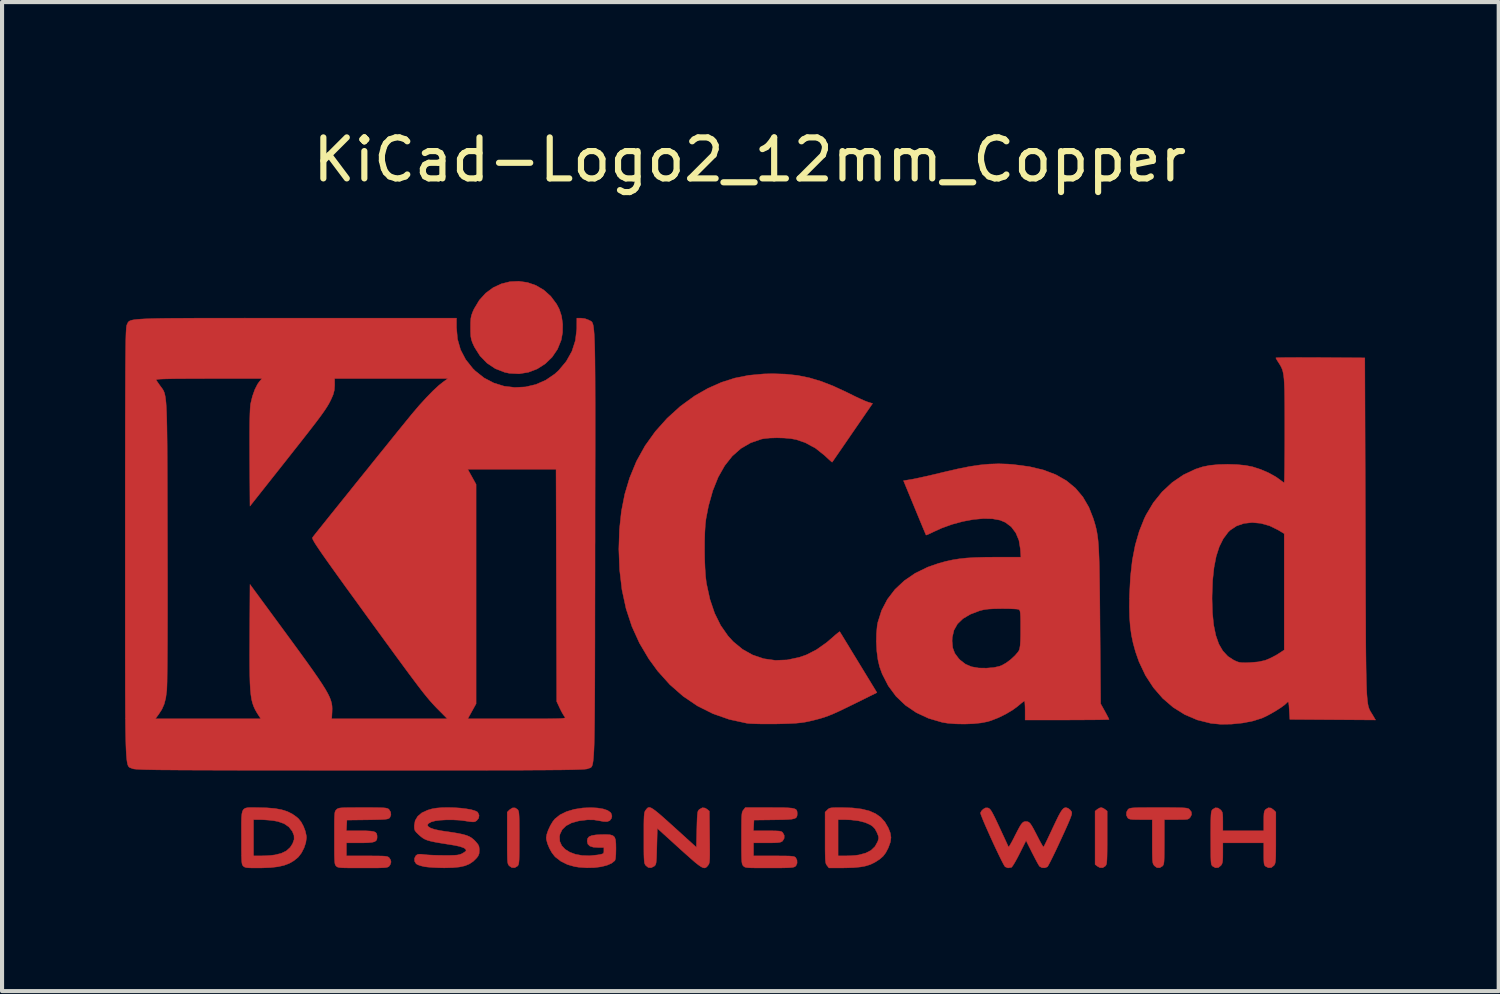
<source format=kicad_pcb>
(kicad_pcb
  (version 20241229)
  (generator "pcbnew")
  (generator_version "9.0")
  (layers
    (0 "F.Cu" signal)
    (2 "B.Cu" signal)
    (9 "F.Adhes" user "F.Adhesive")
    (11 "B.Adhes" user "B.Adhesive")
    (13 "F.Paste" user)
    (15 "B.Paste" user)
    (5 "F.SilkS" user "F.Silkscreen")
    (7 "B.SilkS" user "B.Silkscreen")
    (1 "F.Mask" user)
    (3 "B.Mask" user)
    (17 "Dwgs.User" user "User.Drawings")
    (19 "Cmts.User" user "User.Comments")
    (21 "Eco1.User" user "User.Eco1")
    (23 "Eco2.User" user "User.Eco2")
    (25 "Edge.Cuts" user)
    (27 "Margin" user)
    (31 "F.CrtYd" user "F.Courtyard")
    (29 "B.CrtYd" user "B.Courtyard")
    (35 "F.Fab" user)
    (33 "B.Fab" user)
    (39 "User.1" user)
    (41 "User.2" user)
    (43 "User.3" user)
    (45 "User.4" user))
  (footprint "KiCad-Logo2_12mm_Copper"
    (layer "F.Cu")
    (at 15.245 9.738)
    (property "Reference" "KiCad-Logo2_12mm_Copper" (at 0 -8.89 0) (layer "F.SilkS") (effects (font (size 1 1) (thickness 0.15))))
    (attr board_only exclude_from_pos_files exclude_from_bom allow_missing_courtyard)
    (fp_poly (pts (xy 8.62 6.931) (xy 8.667 6.96) (xy 8.721 7.004) (xy 8.721 7.65) (xy 8.721 7.839) (xy 8.72 7.988) (xy 8.718 8.102) (xy 8.715 8.186) (xy 8.711 8.246) (xy 8.705 8.288) (xy 8.696 8.315) (xy 8.685 8.334) (xy 8.678 8.343) (xy 8.614 8.385) (xy 8.543 8.383) (xy 8.48 8.348) (xy 8.426 8.305) (xy 8.426 7.004) (xy 8.48 6.96) (xy 8.531 6.929) (xy 8.573 6.917) (xy 8.62 6.931)) (stroke (width 0.01) (type solid)) (fill yes) (layer "F.Cu"))
    (fp_poly (pts (xy -5.669 6.962) (xy -5.656 6.978) (xy -5.645 6.997) (xy -5.637 7.027) (xy -5.632 7.071) (xy -5.628 7.135) (xy -5.625 7.225) (xy -5.624 7.346) (xy -5.623 7.502) (xy -5.623 7.654) (xy -5.624 7.843) (xy -5.624 7.991) (xy -5.626 8.105) (xy -5.628 8.189) (xy -5.633 8.248) (xy -5.639 8.289) (xy -5.647 8.316) (xy -5.658 8.334) (xy -5.669 8.346) (xy -5.735 8.385) (xy -5.806 8.382) (xy -5.869 8.339) (xy -5.883 8.322) (xy -5.895 8.302) (xy -5.903 8.275) (xy -5.91 8.234) (xy -5.914 8.174) (xy -5.916 8.089) (xy -5.918 7.975) (xy -5.918 7.826) (xy -5.918 7.657) (xy -5.918 7.028) (xy -5.863 6.973) (xy -5.794 6.926) (xy -5.727 6.924) (xy -5.669 6.962)) (stroke (width 0.01) (type solid)) (fill yes) (layer "F.Cu"))
    (fp_poly (pts (xy -5.423 -5.895) (xy -5.218 -5.824) (xy -5.027 -5.712) (xy -4.856 -5.559) (xy -4.712 -5.366) (xy -4.648 -5.244) (xy -4.592 -5.073) (xy -4.565 -4.876) (xy -4.568 -4.674) (xy -4.601 -4.49) (xy -4.692 -4.266) (xy -4.824 -4.072) (xy -4.991 -3.911) (xy -5.185 -3.787) (xy -5.399 -3.705) (xy -5.628 -3.667) (xy -5.865 -3.679) (xy -5.981 -3.704) (xy -6.208 -3.792) (xy -6.41 -3.927) (xy -6.582 -4.104) (xy -6.718 -4.319) (xy -6.729 -4.343) (xy -6.769 -4.431) (xy -6.794 -4.505) (xy -6.808 -4.583) (xy -6.813 -4.684) (xy -6.814 -4.793) (xy -6.813 -4.925) (xy -6.806 -5.019) (xy -6.79 -5.096) (xy -6.762 -5.173) (xy -6.728 -5.249) (xy -6.599 -5.464) (xy -6.441 -5.638) (xy -6.259 -5.771) (xy -6.06 -5.863) (xy -5.85 -5.915) (xy -5.636 -5.925) (xy -5.423 -5.895)) (stroke (width 0.01) (type solid)) (fill yes) (layer "F.Cu"))
    (fp_poly (pts (xy 10.175 6.917) (xy 10.334 6.918) (xy 10.456 6.92) (xy 10.549 6.922) (xy 10.616 6.926) (xy 10.662 6.932) (xy 10.693 6.94) (xy 10.713 6.949) (xy 10.723 6.957) (xy 10.775 7.022) (xy 10.781 7.09) (xy 10.749 7.152) (xy 10.728 7.176) (xy 10.706 7.193) (xy 10.674 7.204) (xy 10.623 7.209) (xy 10.545 7.211) (xy 10.431 7.212) (xy 10.409 7.212) (xy 10.116 7.212) (xy 10.116 7.756) (xy 10.115 7.928) (xy 10.114 8.06) (xy 10.112 8.158) (xy 10.109 8.228) (xy 10.103 8.277) (xy 10.095 8.308) (xy 10.084 8.33) (xy 10.07 8.346) (xy 10.004 8.386) (xy 9.935 8.383) (xy 9.872 8.337) (xy 9.868 8.331) (xy 9.853 8.31) (xy 9.841 8.285) (xy 9.833 8.251) (xy 9.827 8.2) (xy 9.824 8.128) (xy 9.822 8.028) (xy 9.821 7.894) (xy 9.821 7.742) (xy 9.821 7.212) (xy 9.541 7.212) (xy 9.421 7.211) (xy 9.337 7.208) (xy 9.283 7.201) (xy 9.249 7.19) (xy 9.226 7.173) (xy 9.223 7.17) (xy 9.19 7.104) (xy 9.193 7.028) (xy 9.231 6.962) (xy 9.246 6.95) (xy 9.265 6.94) (xy 9.293 6.932) (xy 9.335 6.926) (xy 9.397 6.922) (xy 9.483 6.919) (xy 9.598 6.918) (xy 9.748 6.917) (xy 9.937 6.917) (xy 9.977 6.917) (xy 10.175 6.917)) (stroke (width 0.01) (type solid)) (fill yes) (layer "F.Cu"))
    (fp_poly (pts (xy 12.718 6.928) (xy 12.781 6.973) (xy 12.837 7.028) (xy 12.837 7.65) (xy 12.837 7.835) (xy 12.836 7.979) (xy 12.835 8.09) (xy 12.832 8.171) (xy 12.827 8.229) (xy 12.82 8.27) (xy 12.811 8.298) (xy 12.799 8.319) (xy 12.79 8.331) (xy 12.728 8.381) (xy 12.657 8.386) (xy 12.593 8.356) (xy 12.571 8.338) (xy 12.557 8.314) (xy 12.548 8.276) (xy 12.544 8.215) (xy 12.542 8.122) (xy 12.542 8.05) (xy 12.542 7.779) (xy 11.544 7.779) (xy 11.544 8.025) (xy 11.543 8.138) (xy 11.539 8.215) (xy 11.53 8.268) (xy 11.515 8.305) (xy 11.497 8.331) (xy 11.435 8.381) (xy 11.365 8.387) (xy 11.298 8.352) (xy 11.279 8.333) (xy 11.266 8.309) (xy 11.258 8.271) (xy 11.253 8.212) (xy 11.25 8.124) (xy 11.249 8) (xy 11.249 7.972) (xy 11.248 7.738) (xy 11.247 7.545) (xy 11.248 7.389) (xy 11.249 7.266) (xy 11.251 7.171) (xy 11.254 7.101) (xy 11.259 7.05) (xy 11.265 7.015) (xy 11.273 6.991) (xy 11.284 6.975) (xy 11.295 6.962) (xy 11.359 6.923) (xy 11.426 6.928) (xy 11.489 6.973) (xy 11.514 7.002) (xy 11.53 7.033) (xy 11.539 7.079) (xy 11.543 7.148) (xy 11.544 7.252) (xy 11.544 7.256) (xy 11.544 7.484) (xy 12.542 7.484) (xy 12.542 7.246) (xy 12.543 7.136) (xy 12.547 7.062) (xy 12.556 7.014) (xy 12.571 6.982) (xy 12.588 6.962) (xy 12.652 6.923) (xy 12.718 6.928)) (stroke (width 0.01) (type solid)) (fill yes) (layer "F.Cu"))
    (fp_poly (pts (xy 2.251 6.918) (xy 2.51 6.926) (xy 2.73 6.953) (xy 2.916 6.999) (xy 3.069 7.066) (xy 3.195 7.155) (xy 3.297 7.269) (xy 3.378 7.408) (xy 3.38 7.412) (xy 3.429 7.537) (xy 3.446 7.647) (xy 3.432 7.758) (xy 3.386 7.885) (xy 3.378 7.905) (xy 3.319 8.018) (xy 3.253 8.105) (xy 3.168 8.179) (xy 3.052 8.253) (xy 3.045 8.257) (xy 2.944 8.306) (xy 2.83 8.342) (xy 2.695 8.367) (xy 2.532 8.383) (xy 2.335 8.389) (xy 2.265 8.39) (xy 1.932 8.391) (xy 1.885 8.331) (xy 1.871 8.312) (xy 1.86 8.289) (xy 1.852 8.257) (xy 1.846 8.211) (xy 1.842 8.145) (xy 1.841 8.096) (xy 2.155 8.096) (xy 2.344 8.096) (xy 2.454 8.093) (xy 2.568 8.085) (xy 2.661 8.073) (xy 2.666 8.072) (xy 2.831 8.027) (xy 2.959 7.961) (xy 3.055 7.869) (xy 3.121 7.749) (xy 3.132 7.717) (xy 3.144 7.667) (xy 3.139 7.618) (xy 3.115 7.553) (xy 3.101 7.521) (xy 3.054 7.435) (xy 2.997 7.375) (xy 2.935 7.334) (xy 2.811 7.28) (xy 2.651 7.24) (xy 2.466 7.218) (xy 2.331 7.213) (xy 2.155 7.212) (xy 2.155 8.096) (xy 1.841 8.096) (xy 1.84 8.054) (xy 1.838 7.932) (xy 1.838 7.774) (xy 1.838 7.65) (xy 1.838 7.028) (xy 1.894 6.973) (xy 1.918 6.95) (xy 1.945 6.935) (xy 1.982 6.925) (xy 2.039 6.92) (xy 2.123 6.918) (xy 2.244 6.918) (xy 2.251 6.918)) (stroke (width 0.01) (type solid)) (fill yes) (layer "F.Cu"))
    (fp_poly (pts (xy -12.092 6.917) (xy -12.013 6.918) (xy -11.781 6.924) (xy -11.586 6.94) (xy -11.422 6.97) (xy -11.283 7.014) (xy -11.162 7.074) (xy -11.052 7.153) (xy -11.013 7.187) (xy -10.948 7.267) (xy -10.889 7.376) (xy -10.844 7.496) (xy -10.819 7.612) (xy -10.817 7.654) (xy -10.833 7.772) (xy -10.876 7.901) (xy -10.939 8.024) (xy -11.013 8.121) (xy -11.025 8.133) (xy -11.126 8.215) (xy -11.238 8.28) (xy -11.366 8.328) (xy -11.516 8.361) (xy -11.695 8.382) (xy -11.91 8.39) (xy -12.008 8.391) (xy -12.133 8.391) (xy -12.221 8.388) (xy -12.28 8.383) (xy -12.319 8.373) (xy -12.345 8.358) (xy -12.359 8.346) (xy -12.372 8.331) (xy -12.383 8.311) (xy -12.39 8.282) (xy -12.396 8.238) (xy -12.4 8.173) (xy -12.402 8.083) (xy -12.404 7.963) (xy -12.404 7.806) (xy -12.404 7.654) (xy -12.405 7.451) (xy -12.405 7.289) (xy -12.403 7.212) (xy -12.109 7.212) (xy -12.109 8.096) (xy -11.922 8.096) (xy -11.81 8.093) (xy -11.692 8.085) (xy -11.593 8.073) (xy -11.59 8.073) (xy -11.431 8.034) (xy -11.308 7.974) (xy -11.214 7.889) (xy -11.155 7.797) (xy -11.118 7.694) (xy -11.121 7.598) (xy -11.163 7.495) (xy -11.247 7.389) (xy -11.362 7.31) (xy -11.513 7.257) (xy -11.613 7.238) (xy -11.727 7.225) (xy -11.848 7.216) (xy -11.95 7.212) (xy -11.956 7.212) (xy -12.109 7.212) (xy -12.403 7.212) (xy -12.402 7.164) (xy -12.393 7.07) (xy -12.377 7.003) (xy -12.35 6.959) (xy -12.311 6.933) (xy -12.256 6.92) (xy -12.184 6.916) (xy -12.092 6.917)) (stroke (width 0.01) (type solid)) (fill yes) (layer "F.Cu"))
    (fp_poly (pts (xy -2.407 6.926) (xy -2.359 6.954) (xy -2.298 6.999) (xy -2.218 7.064) (xy -2.117 7.151) (xy -1.992 7.263) (xy -1.84 7.4) (xy -1.666 7.558) (xy -1.303 7.887) (xy -1.292 7.445) (xy -1.288 7.293) (xy -1.284 7.18) (xy -1.279 7.099) (xy -1.273 7.044) (xy -1.264 7.008) (xy -1.252 6.985) (xy -1.236 6.968) (xy -1.227 6.96) (xy -1.158 6.922) (xy -1.092 6.928) (xy -1.039 6.96) (xy -0.986 7.004) (xy -0.979 7.636) (xy -0.977 7.823) (xy -0.976 7.969) (xy -0.976 8.08) (xy -0.978 8.163) (xy -0.982 8.222) (xy -0.988 8.263) (xy -0.996 8.292) (xy -1.008 8.313) (xy -1.02 8.33) (xy -1.047 8.362) (xy -1.074 8.383) (xy -1.105 8.391) (xy -1.143 8.384) (xy -1.192 8.359) (xy -1.256 8.315) (xy -1.339 8.249) (xy -1.443 8.158) (xy -1.574 8.042) (xy -1.723 7.908) (xy -2.256 7.424) (xy -2.267 7.864) (xy -2.271 8.016) (xy -2.275 8.129) (xy -2.28 8.21) (xy -2.286 8.265) (xy -2.295 8.301) (xy -2.307 8.324) (xy -2.323 8.341) (xy -2.332 8.348) (xy -2.406 8.386) (xy -2.476 8.38) (xy -2.537 8.331) (xy -2.551 8.312) (xy -2.562 8.289) (xy -2.571 8.257) (xy -2.576 8.211) (xy -2.58 8.145) (xy -2.583 8.053) (xy -2.584 7.931) (xy -2.584 7.772) (xy -2.584 7.654) (xy -2.584 7.47) (xy -2.584 7.326) (xy -2.582 7.216) (xy -2.579 7.135) (xy -2.574 7.078) (xy -2.568 7.038) (xy -2.558 7.01) (xy -2.546 6.989) (xy -2.537 6.977) (xy -2.515 6.949) (xy -2.494 6.927) (xy -2.471 6.915) (xy -2.443 6.914) (xy -2.407 6.926)) (stroke (width 0.01) (type solid)) (fill yes) (layer "F.Cu"))
    (fp_poly (pts (xy -3.713 6.928) (xy -3.575 6.951) (xy -3.469 6.987) (xy -3.4 7.035) (xy -3.382 7.061) (xy -3.363 7.124) (xy -3.375 7.181) (xy -3.416 7.235) (xy -3.479 7.26) (xy -3.57 7.258) (xy -3.641 7.244) (xy -3.798 7.218) (xy -3.958 7.216) (xy -4.137 7.237) (xy -4.187 7.246) (xy -4.354 7.293) (xy -4.484 7.363) (xy -4.577 7.455) (xy -4.631 7.567) (xy -4.642 7.625) (xy -4.635 7.743) (xy -4.588 7.847) (xy -4.506 7.935) (xy -4.392 8.006) (xy -4.252 8.058) (xy -4.09 8.087) (xy -3.909 8.093) (xy -3.714 8.073) (xy -3.703 8.071) (xy -3.626 8.057) (xy -3.583 8.043) (xy -3.564 8.022) (xy -3.56 7.988) (xy -3.56 7.969) (xy -3.56 7.892) (xy -3.697 7.892) (xy -3.819 7.884) (xy -3.902 7.857) (xy -3.95 7.81) (xy -3.967 7.741) (xy -3.967 7.731) (xy -3.957 7.672) (xy -3.922 7.629) (xy -3.857 7.601) (xy -3.756 7.584) (xy -3.658 7.578) (xy -3.516 7.575) (xy -3.413 7.58) (xy -3.343 7.6) (xy -3.299 7.639) (xy -3.276 7.703) (xy -3.267 7.799) (xy -3.265 7.924) (xy -3.268 8.063) (xy -3.276 8.158) (xy -3.29 8.209) (xy -3.293 8.213) (xy -3.371 8.276) (xy -3.486 8.326) (xy -3.63 8.362) (xy -3.795 8.383) (xy -3.976 8.387) (xy -4.164 8.374) (xy -4.274 8.357) (xy -4.447 8.308) (xy -4.608 8.228) (xy -4.743 8.124) (xy -4.763 8.103) (xy -4.83 8.016) (xy -4.89 7.908) (xy -4.937 7.794) (xy -4.963 7.691) (xy -4.966 7.651) (xy -4.952 7.569) (xy -4.917 7.466) (xy -4.866 7.358) (xy -4.807 7.259) (xy -4.754 7.193) (xy -4.632 7.095) (xy -4.474 7.017) (xy -4.285 6.96) (xy -4.072 6.927) (xy -3.877 6.919) (xy -3.713 6.928)) (stroke (width 0.01) (type solid)) (fill yes) (layer "F.Cu"))
    (fp_poly (pts (xy 0.668 6.918) (xy 0.821 6.919) (xy 0.939 6.924) (xy 1.025 6.931) (xy 1.085 6.944) (xy 1.124 6.961) (xy 1.146 6.986) (xy 1.155 7.017) (xy 1.158 7.058) (xy 1.158 7.062) (xy 1.156 7.108) (xy 1.146 7.143) (xy 1.124 7.169) (xy 1.084 7.188) (xy 1.02 7.201) (xy 0.929 7.209) (xy 0.804 7.214) (xy 0.64 7.216) (xy 0.589 7.217) (xy 0.103 7.223) (xy 0.096 7.354) (xy 0.089 7.484) (xy 0.427 7.484) (xy 0.559 7.485) (xy 0.653 7.487) (xy 0.717 7.491) (xy 0.759 7.499) (xy 0.786 7.511) (xy 0.805 7.529) (xy 0.805 7.529) (xy 0.841 7.596) (xy 0.839 7.669) (xy 0.802 7.731) (xy 0.795 7.738) (xy 0.769 7.754) (xy 0.733 7.766) (xy 0.68 7.773) (xy 0.602 7.777) (xy 0.49 7.779) (xy 0.418 7.779) (xy 0.092 7.779) (xy 0.092 8.096) (xy 0.587 8.096) (xy 0.751 8.097) (xy 0.875 8.098) (xy 0.966 8.1) (xy 1.029 8.105) (xy 1.071 8.111) (xy 1.098 8.121) (xy 1.116 8.133) (xy 1.12 8.138) (xy 1.152 8.201) (xy 1.155 8.273) (xy 1.128 8.336) (xy 1.107 8.356) (xy 1.085 8.367) (xy 1.051 8.376) (xy 1 8.382) (xy 0.926 8.386) (xy 0.823 8.389) (xy 0.687 8.391) (xy 0.513 8.391) (xy 0.473 8.391) (xy 0.295 8.391) (xy 0.157 8.39) (xy 0.053 8.389) (xy -0.022 8.386) (xy -0.074 8.381) (xy -0.109 8.374) (xy -0.131 8.364) (xy -0.148 8.351) (xy -0.157 8.342) (xy -0.171 8.325) (xy -0.181 8.304) (xy -0.189 8.275) (xy -0.195 8.23) (xy -0.199 8.165) (xy -0.201 8.075) (xy -0.203 7.954) (xy -0.203 7.797) (xy -0.203 7.664) (xy -0.203 7.479) (xy -0.202 7.333) (xy -0.201 7.222) (xy -0.198 7.14) (xy -0.193 7.081) (xy -0.187 7.04) (xy -0.178 7.012) (xy -0.166 6.99) (xy -0.156 6.977) (xy -0.109 6.917) (xy 0.474 6.917) (xy 0.668 6.918)) (stroke (width 0.01) (type solid)) (fill yes) (layer "F.Cu"))
    (fp_poly (pts (xy -9.263 6.917) (xy -9.123 6.918) (xy -9.018 6.92) (xy -8.941 6.923) (xy -8.888 6.928) (xy -8.852 6.935) (xy -8.827 6.945) (xy -8.809 6.957) (xy -8.803 6.963) (xy -8.763 7.026) (xy -8.756 7.097) (xy -8.782 7.161) (xy -8.794 7.174) (xy -8.814 7.186) (xy -8.845 7.196) (xy -8.894 7.203) (xy -8.967 7.209) (xy -9.069 7.212) (xy -9.207 7.215) (xy -9.333 7.217) (xy -9.83 7.223) (xy -9.837 7.354) (xy -9.844 7.484) (xy -9.506 7.484) (xy -9.359 7.485) (xy -9.252 7.491) (xy -9.178 7.502) (xy -9.131 7.522) (xy -9.105 7.553) (xy -9.095 7.597) (xy -9.093 7.638) (xy -9.098 7.688) (xy -9.117 7.724) (xy -9.155 7.75) (xy -9.219 7.766) (xy -9.314 7.775) (xy -9.446 7.779) (xy -9.518 7.779) (xy -9.842 7.779) (xy -9.842 8.096) (xy -9.343 8.096) (xy -9.179 8.097) (xy -9.055 8.098) (xy -8.964 8.1) (xy -8.9 8.104) (xy -8.856 8.111) (xy -8.828 8.12) (xy -8.808 8.133) (xy -8.798 8.142) (xy -8.764 8.196) (xy -8.753 8.244) (xy -8.769 8.302) (xy -8.798 8.346) (xy -8.814 8.36) (xy -8.835 8.37) (xy -8.865 8.378) (xy -8.911 8.384) (xy -8.978 8.387) (xy -9.072 8.39) (xy -9.197 8.391) (xy -9.36 8.391) (xy -9.445 8.391) (xy -9.626 8.391) (xy -9.767 8.39) (xy -9.874 8.389) (xy -9.952 8.386) (xy -10.007 8.381) (xy -10.043 8.374) (xy -10.067 8.365) (xy -10.084 8.352) (xy -10.091 8.346) (xy -10.104 8.331) (xy -10.115 8.311) (xy -10.123 8.282) (xy -10.128 8.237) (xy -10.132 8.173) (xy -10.135 8.082) (xy -10.136 7.961) (xy -10.136 7.804) (xy -10.136 7.658) (xy -10.136 7.471) (xy -10.136 7.324) (xy -10.135 7.211) (xy -10.132 7.128) (xy -10.128 7.069) (xy -10.122 7.029) (xy -10.113 7.003) (xy -10.102 6.985) (xy -10.088 6.97) (xy -10.084 6.966) (xy -10.067 6.951) (xy -10.046 6.94) (xy -10.018 6.931) (xy -9.975 6.925) (xy -9.913 6.921) (xy -9.825 6.919) (xy -9.707 6.918) (xy -9.552 6.917) (xy -9.442 6.917) (xy -9.263 6.917)) (stroke (width 0.01) (type solid)) (fill yes) (layer "F.Cu"))
    (fp_poly (pts (xy 7.728 6.921) (xy 7.767 6.935) (xy 7.769 6.936) (xy 7.822 6.977) (xy 7.852 7.019) (xy 7.857 7.038) (xy 7.857 7.064) (xy 7.849 7.102) (xy 7.831 7.155) (xy 7.802 7.228) (xy 7.76 7.326) (xy 7.703 7.454) (xy 7.629 7.616) (xy 7.588 7.705) (xy 7.515 7.863) (xy 7.446 8.009) (xy 7.384 8.136) (xy 7.332 8.24) (xy 7.292 8.316) (xy 7.268 8.357) (xy 7.263 8.363) (xy 7.2 8.388) (xy 7.13 8.385) (xy 7.074 8.354) (xy 7.071 8.352) (xy 7.049 8.318) (xy 7.011 8.251) (xy 6.963 8.161) (xy 6.909 8.056) (xy 6.889 8.017) (xy 6.742 7.723) (xy 6.582 8.043) (xy 6.525 8.153) (xy 6.472 8.249) (xy 6.427 8.323) (xy 6.395 8.368) (xy 6.384 8.377) (xy 6.301 8.39) (xy 6.232 8.363) (xy 6.211 8.334) (xy 6.176 8.27) (xy 6.129 8.178) (xy 6.073 8.063) (xy 6.01 7.931) (xy 5.944 7.79) (xy 5.878 7.645) (xy 5.814 7.502) (xy 5.755 7.369) (xy 5.704 7.25) (xy 5.665 7.153) (xy 5.639 7.084) (xy 5.63 7.048) (xy 5.63 7.047) (xy 5.652 7.002) (xy 5.696 6.957) (xy 5.699 6.955) (xy 5.753 6.924) (xy 5.804 6.924) (xy 5.823 6.93) (xy 5.846 6.943) (xy 5.87 6.967) (xy 5.899 7.009) (xy 5.935 7.074) (xy 5.982 7.165) (xy 6.041 7.29) (xy 6.095 7.405) (xy 6.156 7.538) (xy 6.212 7.658) (xy 6.258 7.758) (xy 6.292 7.832) (xy 6.311 7.874) (xy 6.313 7.881) (xy 6.326 7.87) (xy 6.354 7.825) (xy 6.395 7.753) (xy 6.444 7.659) (xy 6.463 7.62) (xy 6.53 7.49) (xy 6.581 7.394) (xy 6.621 7.329) (xy 6.654 7.289) (xy 6.685 7.267) (xy 6.717 7.258) (xy 6.738 7.257) (xy 6.776 7.261) (xy 6.808 7.274) (xy 6.841 7.304) (xy 6.877 7.355) (xy 6.922 7.433) (xy 6.981 7.545) (xy 7.013 7.608) (xy 7.065 7.709) (xy 7.11 7.792) (xy 7.145 7.852) (xy 7.165 7.88) (xy 7.168 7.881) (xy 7.181 7.859) (xy 7.21 7.801) (xy 7.252 7.715) (xy 7.304 7.605) (xy 7.364 7.478) (xy 7.393 7.415) (xy 7.47 7.253) (xy 7.531 7.127) (xy 7.581 7.036) (xy 7.623 6.973) (xy 7.659 6.936) (xy 7.693 6.92) (xy 7.728 6.921)) (stroke (width 0.01) (type solid)) (fill yes) (layer "F.Cu"))
    (fp_poly (pts (xy -7.211 6.92) (xy -7.061 6.93) (xy -6.921 6.947) (xy -6.8 6.968) (xy -6.706 6.995) (xy -6.646 7.025) (xy -6.637 7.034) (xy -6.605 7.104) (xy -6.615 7.175) (xy -6.664 7.236) (xy -6.667 7.238) (xy -6.696 7.256) (xy -6.726 7.266) (xy -6.768 7.267) (xy -6.833 7.26) (xy -6.931 7.245) (xy -6.939 7.243) (xy -7.085 7.225) (xy -7.243 7.217) (xy -7.401 7.217) (xy -7.548 7.225) (xy -7.674 7.241) (xy -7.767 7.266) (xy -7.773 7.268) (xy -7.841 7.306) (xy -7.865 7.344) (xy -7.846 7.382) (xy -7.787 7.418) (xy -7.688 7.451) (xy -7.551 7.48) (xy -7.46 7.494) (xy -7.271 7.521) (xy -7.121 7.546) (xy -7.002 7.571) (xy -6.91 7.597) (xy -6.837 7.628) (xy -6.778 7.665) (xy -6.725 7.71) (xy -6.682 7.755) (xy -6.631 7.817) (xy -6.607 7.87) (xy -6.599 7.936) (xy -6.599 7.96) (xy -6.604 8.039) (xy -6.628 8.099) (xy -6.668 8.151) (xy -6.75 8.232) (xy -6.842 8.293) (xy -6.95 8.338) (xy -7.081 8.367) (xy -7.242 8.383) (xy -7.439 8.388) (xy -7.472 8.388) (xy -7.603 8.385) (xy -7.734 8.379) (xy -7.849 8.37) (xy -7.935 8.36) (xy -7.942 8.358) (xy -8.027 8.338) (xy -8.099 8.313) (xy -8.14 8.289) (xy -8.178 8.228) (xy -8.181 8.156) (xy -8.148 8.092) (xy -8.141 8.085) (xy -8.111 8.064) (xy -8.073 8.055) (xy -8.014 8.056) (xy -7.942 8.064) (xy -7.863 8.072) (xy -7.751 8.078) (xy -7.621 8.082) (xy -7.485 8.084) (xy -7.449 8.085) (xy -7.313 8.084) (xy -7.213 8.081) (xy -7.141 8.076) (xy -7.088 8.066) (xy -7.045 8.052) (xy -7.019 8.04) (xy -6.963 8.006) (xy -6.927 7.976) (xy -6.922 7.967) (xy -6.933 7.932) (xy -6.985 7.898) (xy -7.076 7.866) (xy -7.202 7.839) (xy -7.238 7.833) (xy -7.431 7.802) (xy -7.585 7.777) (xy -7.706 7.755) (xy -7.799 7.734) (xy -7.872 7.713) (xy -7.93 7.689) (xy -7.978 7.661) (xy -8.023 7.627) (xy -8.071 7.585) (xy -8.087 7.57) (xy -8.143 7.515) (xy -8.173 7.472) (xy -8.184 7.422) (xy -8.186 7.359) (xy -8.165 7.236) (xy -8.103 7.131) (xy -8.001 7.045) (xy -7.857 6.979) (xy -7.755 6.949) (xy -7.644 6.93) (xy -7.511 6.919) (xy -7.364 6.916) (xy -7.211 6.92)) (stroke (width 0.01) (type solid)) (fill yes) (layer "F.Cu"))
    (fp_poly (pts (xy 0.875 -3.659) (xy 1.17 -3.627) (xy 1.455 -3.569) (xy 1.743 -3.483) (xy 2.045 -3.365) (xy 2.372 -3.213) (xy 2.431 -3.184) (xy 2.566 -3.117) (xy 2.694 -3.057) (xy 2.801 -3.009) (xy 2.876 -2.98) (xy 2.887 -2.976) (xy 2.997 -2.943) (xy 2.506 -2.23) (xy 2.386 -2.055) (xy 2.277 -1.896) (xy 2.181 -1.757) (xy 2.103 -1.644) (xy 2.047 -1.562) (xy 2.015 -1.517) (xy 2.01 -1.51) (xy 1.99 -1.525) (xy 1.939 -1.57) (xy 1.867 -1.636) (xy 1.827 -1.674) (xy 1.603 -1.852) (xy 1.351 -1.988) (xy 1.133 -2.062) (xy 1.003 -2.086) (xy 0.84 -2.1) (xy 0.663 -2.105) (xy 0.491 -2.1) (xy 0.345 -2.085) (xy 0.286 -2.074) (xy 0.022 -1.983) (xy -0.216 -1.845) (xy -0.427 -1.659) (xy -0.612 -1.425) (xy -0.771 -1.144) (xy -0.902 -0.817) (xy -1.007 -0.443) (xy -1.069 -0.123) (xy -1.085 0.018) (xy -1.096 0.201) (xy -1.102 0.412) (xy -1.103 0.637) (xy -1.1 0.865) (xy -1.091 1.081) (xy -1.078 1.273) (xy -1.06 1.428) (xy -1.056 1.452) (xy -0.972 1.836) (xy -0.857 2.176) (xy -0.71 2.473) (xy -0.531 2.729) (xy -0.404 2.868) (xy -0.176 3.056) (xy 0.073 3.195) (xy 0.341 3.285) (xy 0.623 3.325) (xy 0.913 3.314) (xy 1.209 3.251) (xy 1.384 3.19) (xy 1.626 3.066) (xy 1.876 2.89) (xy 2.016 2.77) (xy 2.094 2.701) (xy 2.156 2.651) (xy 2.191 2.626) (xy 2.195 2.625) (xy 2.211 2.65) (xy 2.252 2.716) (xy 2.314 2.818) (xy 2.394 2.949) (xy 2.488 3.104) (xy 2.594 3.277) (xy 2.653 3.374) (xy 3.103 4.112) (xy 2.541 4.39) (xy 2.338 4.489) (xy 2.174 4.568) (xy 2.038 4.629) (xy 1.921 4.677) (xy 1.812 4.716) (xy 1.701 4.749) (xy 1.579 4.781) (xy 1.461 4.809) (xy 1.357 4.831) (xy 1.248 4.847) (xy 1.123 4.859) (xy 0.972 4.867) (xy 0.783 4.873) (xy 0.655 4.876) (xy 0.474 4.877) (xy 0.3 4.877) (xy 0.144 4.873) (xy 0.02 4.868) (xy -0.063 4.861) (xy -0.068 4.86) (xy -0.497 4.767) (xy -0.9 4.626) (xy -1.276 4.438) (xy -1.626 4.201) (xy -1.95 3.917) (xy -2.247 3.586) (xy -2.462 3.291) (xy -2.691 2.905) (xy -2.876 2.498) (xy -3.018 2.066) (xy -3.118 1.605) (xy -3.176 1.113) (xy -3.195 0.614) (xy -3.18 0.131) (xy -3.132 -0.315) (xy -3.05 -0.731) (xy -2.932 -1.125) (xy -2.777 -1.503) (xy -2.759 -1.543) (xy -2.555 -1.91) (xy -2.305 -2.259) (xy -2.015 -2.583) (xy -1.693 -2.875) (xy -1.346 -3.127) (xy -1.022 -3.312) (xy -0.695 -3.457) (xy -0.368 -3.562) (xy -0.027 -3.63) (xy 0.34 -3.664) (xy 0.56 -3.669) (xy 0.875 -3.659)) (stroke (width 0.01) (type solid)) (fill yes) (layer "F.Cu"))
    (fp_poly (pts (xy 13.611 -4.064) (xy 13.843 -4.063) (xy 13.922 -4.063) (xy 15.008 -4.056) (xy 15.022 0.109) (xy 15.023 0.674) (xy 15.025 1.187) (xy 15.026 1.65) (xy 15.028 2.067) (xy 15.03 2.44) (xy 15.031 2.772) (xy 15.033 3.064) (xy 15.036 3.321) (xy 15.039 3.544) (xy 15.043 3.737) (xy 15.047 3.901) (xy 15.052 4.04) (xy 15.058 4.157) (xy 15.066 4.253) (xy 15.074 4.331) (xy 15.083 4.395) (xy 15.094 4.447) (xy 15.107 4.489) (xy 15.12 4.524) (xy 15.136 4.555) (xy 15.153 4.585) (xy 15.172 4.615) (xy 15.193 4.649) (xy 15.198 4.657) (xy 15.27 4.78) (xy 14.224 4.773) (xy 13.178 4.766) (xy 13.164 4.536) (xy 13.157 4.426) (xy 13.149 4.362) (xy 13.139 4.337) (xy 13.123 4.342) (xy 13.11 4.356) (xy 13.052 4.41) (xy 12.959 4.478) (xy 12.842 4.553) (xy 12.715 4.627) (xy 12.592 4.692) (xy 12.498 4.735) (xy 12.276 4.805) (xy 12.022 4.854) (xy 11.754 4.881) (xy 11.491 4.885) (xy 11.252 4.862) (xy 11.248 4.861) (xy 10.92 4.779) (xy 10.614 4.648) (xy 10.331 4.471) (xy 10.075 4.251) (xy 9.849 3.99) (xy 9.655 3.692) (xy 9.498 3.36) (xy 9.412 3.114) (xy 9.355 2.907) (xy 9.313 2.708) (xy 9.285 2.503) (xy 9.268 2.28) (xy 9.262 2.027) (xy 9.265 1.821) (xy 11.28 1.821) (xy 11.29 2.167) (xy 11.32 2.464) (xy 11.372 2.717) (xy 11.445 2.926) (xy 11.543 3.094) (xy 11.664 3.225) (xy 11.805 3.317) (xy 11.878 3.352) (xy 11.941 3.373) (xy 12.011 3.382) (xy 12.106 3.383) (xy 12.208 3.379) (xy 12.409 3.362) (xy 12.568 3.327) (xy 12.618 3.309) (xy 12.732 3.258) (xy 12.852 3.194) (xy 12.905 3.161) (xy 13.041 3.072) (xy 13.041 0.233) (xy 12.891 0.143) (xy 12.682 0.041) (xy 12.468 -0.019) (xy 12.257 -0.038) (xy 12.057 -0.016) (xy 11.877 0.046) (xy 11.723 0.149) (xy 11.673 0.198) (xy 11.553 0.359) (xy 11.456 0.554) (xy 11.381 0.787) (xy 11.328 1.06) (xy 11.294 1.377) (xy 11.281 1.742) (xy 11.28 1.821) (xy 9.265 1.821) (xy 9.266 1.735) (xy 9.289 1.285) (xy 9.335 0.88) (xy 9.406 0.512) (xy 9.503 0.177) (xy 9.626 -0.132) (xy 9.67 -0.223) (xy 9.848 -0.522) (xy 10.062 -0.787) (xy 10.308 -1.015) (xy 10.581 -1.201) (xy 10.877 -1.341) (xy 11.053 -1.398) (xy 11.227 -1.433) (xy 11.436 -1.453) (xy 11.663 -1.459) (xy 11.89 -1.452) (xy 12.1 -1.431) (xy 12.268 -1.398) (xy 12.469 -1.333) (xy 12.663 -1.249) (xy 12.833 -1.155) (xy 12.924 -1.091) (xy 12.986 -1.044) (xy 13.03 -1.015) (xy 13.04 -1.011) (xy 13.043 -1.037) (xy 13.046 -1.113) (xy 13.048 -1.232) (xy 13.051 -1.391) (xy 13.052 -1.582) (xy 13.054 -1.801) (xy 13.055 -2.043) (xy 13.055 -2.29) (xy 13.055 -2.606) (xy 13.054 -2.872) (xy 13.052 -3.093) (xy 13.049 -3.276) (xy 13.043 -3.424) (xy 13.036 -3.543) (xy 13.025 -3.638) (xy 13.011 -3.713) (xy 12.993 -3.775) (xy 12.97 -3.828) (xy 12.943 -3.878) (xy 12.911 -3.929) (xy 12.907 -3.935) (xy 12.865 -4.001) (xy 12.84 -4.046) (xy 12.837 -4.056) (xy 12.863 -4.059) (xy 12.938 -4.061) (xy 13.056 -4.063) (xy 13.212 -4.064) (xy 13.399 -4.065) (xy 13.611 -4.064)) (stroke (width 0.01) (type solid)) (fill yes) (layer "F.Cu"))
    (fp_poly (pts (xy 6.301 -1.464) (xy 6.436 -1.453) (xy 6.823 -1.402) (xy 7.166 -1.32) (xy 7.467 -1.206) (xy 7.726 -1.059) (xy 7.946 -0.878) (xy 8.128 -0.662) (xy 8.275 -0.41) (xy 8.382 -0.137) (xy 8.409 -0.049) (xy 8.433 0.032) (xy 8.453 0.113) (xy 8.47 0.196) (xy 8.485 0.288) (xy 8.498 0.391) (xy 8.508 0.511) (xy 8.516 0.651) (xy 8.523 0.817) (xy 8.529 1.012) (xy 8.533 1.242) (xy 8.537 1.509) (xy 8.541 1.82) (xy 8.544 2.178) (xy 8.546 2.458) (xy 8.562 4.384) (xy 8.665 4.569) (xy 8.713 4.658) (xy 8.749 4.727) (xy 8.766 4.764) (xy 8.767 4.767) (xy 8.741 4.77) (xy 8.666 4.772) (xy 8.548 4.775) (xy 8.394 4.777) (xy 8.209 4.778) (xy 7.999 4.779) (xy 7.77 4.78) (xy 7.743 4.78) (xy 6.719 4.78) (xy 6.719 4.547) (xy 6.717 4.443) (xy 6.712 4.362) (xy 6.706 4.319) (xy 6.703 4.315) (xy 6.676 4.332) (xy 6.62 4.376) (xy 6.547 4.437) (xy 6.546 4.439) (xy 6.413 4.537) (xy 6.246 4.636) (xy 6.063 4.726) (xy 5.883 4.796) (xy 5.804 4.82) (xy 5.646 4.851) (xy 5.452 4.871) (xy 5.241 4.879) (xy 5.029 4.875) (xy 4.834 4.86) (xy 4.698 4.838) (xy 4.363 4.74) (xy 4.063 4.6) (xy 3.797 4.42) (xy 3.569 4.202) (xy 3.38 3.947) (xy 3.232 3.658) (xy 3.168 3.482) (xy 3.128 3.312) (xy 3.101 3.107) (xy 3.089 2.886) (xy 3.089 2.854) (xy 4.937 2.854) (xy 4.952 3.018) (xy 5.003 3.154) (xy 5.097 3.28) (xy 5.133 3.317) (xy 5.262 3.417) (xy 5.411 3.481) (xy 5.589 3.512) (xy 5.777 3.515) (xy 5.955 3.5) (xy 6.091 3.47) (xy 6.15 3.448) (xy 6.257 3.387) (xy 6.37 3.303) (xy 6.473 3.207) (xy 6.55 3.116) (xy 6.571 3.082) (xy 6.586 3.035) (xy 6.598 2.96) (xy 6.605 2.851) (xy 6.609 2.699) (xy 6.609 2.554) (xy 6.609 2.386) (xy 6.607 2.264) (xy 6.602 2.181) (xy 6.595 2.128) (xy 6.583 2.099) (xy 6.567 2.084) (xy 6.562 2.082) (xy 6.518 2.074) (xy 6.431 2.069) (xy 6.312 2.064) (xy 6.175 2.063) (xy 6.145 2.063) (xy 5.961 2.066) (xy 5.819 2.074) (xy 5.707 2.09) (xy 5.613 2.113) (xy 5.382 2.201) (xy 5.201 2.308) (xy 5.068 2.437) (xy 4.982 2.59) (xy 4.941 2.768) (xy 4.937 2.854) (xy 3.089 2.854) (xy 3.092 2.67) (xy 3.11 2.476) (xy 3.125 2.397) (xy 3.217 2.106) (xy 3.357 1.838) (xy 3.542 1.596) (xy 3.77 1.382) (xy 4.037 1.199) (xy 4.343 1.05) (xy 4.602 0.96) (xy 4.775 0.912) (xy 4.941 0.875) (xy 5.11 0.848) (xy 5.293 0.828) (xy 5.501 0.816) (xy 5.744 0.809) (xy 5.964 0.807) (xy 6.616 0.806) (xy 6.603 0.61) (xy 6.568 0.397) (xy 6.492 0.215) (xy 6.38 0.066) (xy 6.234 -0.043) (xy 6.106 -0.096) (xy 5.922 -0.13) (xy 5.703 -0.135) (xy 5.46 -0.113) (xy 5.202 -0.065) (xy 4.939 0.006) (xy 4.683 0.098) (xy 4.497 0.183) (xy 4.407 0.226) (xy 4.339 0.257) (xy 4.304 0.268) (xy 4.302 0.268) (xy 4.29 0.242) (xy 4.26 0.171) (xy 4.215 0.064) (xy 4.158 -0.074) (xy 4.091 -0.235) (xy 4.023 -0.4) (xy 3.751 -1.059) (xy 3.944 -1.09) (xy 4.028 -1.106) (xy 4.154 -1.133) (xy 4.312 -1.168) (xy 4.49 -1.209) (xy 4.677 -1.254) (xy 4.752 -1.272) (xy 5.076 -1.347) (xy 5.359 -1.404) (xy 5.613 -1.442) (xy 5.847 -1.464) (xy 6.073 -1.471) (xy 6.301 -1.464)) (stroke (width 0.01) (type solid)) (fill yes) (layer "F.Cu"))
    (fp_poly (pts (xy -11.847 -5.025) (xy -11.321 -5.025) (xy -11.076 -5.025) (xy -7.156 -5.025) (xy -7.156 -4.794) (xy -7.131 -4.513) (xy -7.057 -4.254) (xy -6.932 -4.015) (xy -6.756 -3.794) (xy -6.696 -3.735) (xy -6.482 -3.566) (xy -6.246 -3.443) (xy -5.995 -3.365) (xy -5.735 -3.334) (xy -5.475 -3.347) (xy -5.221 -3.406) (xy -4.98 -3.511) (xy -4.76 -3.661) (xy -4.661 -3.751) (xy -4.476 -3.973) (xy -4.34 -4.216) (xy -4.255 -4.479) (xy -4.222 -4.759) (xy -4.221 -4.786) (xy -4.22 -5.025) (xy -4.115 -5.025) (xy -4.021 -5.013) (xy -3.936 -4.982) (xy -3.931 -4.979) (xy -3.912 -4.969) (xy -3.894 -4.961) (xy -3.878 -4.953) (xy -3.863 -4.943) (xy -3.85 -4.928) (xy -3.838 -4.907) (xy -3.827 -4.876) (xy -3.817 -4.834) (xy -3.809 -4.778) (xy -3.802 -4.707) (xy -3.795 -4.617) (xy -3.79 -4.507) (xy -3.785 -4.374) (xy -3.781 -4.216) (xy -3.778 -4.031) (xy -3.776 -3.817) (xy -3.774 -3.571) (xy -3.773 -3.29) (xy -3.772 -2.974) (xy -3.772 -2.619) (xy -3.772 -2.223) (xy -3.772 -1.784) (xy -3.773 -1.3) (xy -3.774 -0.769) (xy -3.775 -0.187) (xy -3.775 0.446) (xy -3.776 0.524) (xy -3.776 1.161) (xy -3.777 1.747) (xy -3.778 2.282) (xy -3.778 2.769) (xy -3.779 3.211) (xy -3.78 3.609) (xy -3.781 3.967) (xy -3.783 4.285) (xy -3.785 4.568) (xy -3.787 4.815) (xy -3.79 5.031) (xy -3.793 5.217) (xy -3.797 5.376) (xy -3.802 5.509) (xy -3.808 5.62) (xy -3.815 5.709) (xy -3.822 5.781) (xy -3.831 5.836) (xy -3.84 5.877) (xy -3.851 5.906) (xy -3.863 5.926) (xy -3.877 5.939) (xy -3.892 5.948) (xy -3.908 5.953) (xy -3.926 5.958) (xy -3.946 5.965) (xy -3.95 5.968) (xy -3.965 5.973) (xy -3.991 5.977) (xy -4.028 5.981) (xy -4.08 5.985) (xy -4.148 5.988) (xy -4.236 5.991) (xy -4.344 5.994) (xy -4.476 5.996) (xy -4.633 5.999) (xy -4.818 6) (xy -5.033 6.002) (xy -5.28 6.003) (xy -5.561 6.005) (xy -5.878 6.006) (xy -6.234 6.006) (xy -6.631 6.007) (xy -7.071 6.007) (xy -7.556 6.008) (xy -8.088 6.008) (xy -8.67 6.008) (xy -9.303 6.008) (xy -9.509 6.008) (xy -10.156 6.008) (xy -10.752 6.008) (xy -11.297 6.007) (xy -11.794 6.007) (xy -12.245 6.007) (xy -12.653 6.006) (xy -13.02 6.005) (xy -13.347 6.004) (xy -13.638 6.003) (xy -13.894 6.002) (xy -14.117 6) (xy -14.31 5.999) (xy -14.476 5.997) (xy -14.615 5.994) (xy -14.731 5.992) (xy -14.826 5.989) (xy -14.901 5.985) (xy -14.96 5.982) (xy -15.003 5.978) (xy -15.035 5.974) (xy -15.056 5.969) (xy -15.067 5.965) (xy -15.088 5.956) (xy -15.107 5.95) (xy -15.124 5.943) (xy -15.139 5.935) (xy -15.154 5.921) (xy -15.166 5.902) (xy -15.178 5.873) (xy -15.188 5.832) (xy -15.197 5.779) (xy -15.205 5.709) (xy -15.212 5.622) (xy -15.218 5.514) (xy -15.223 5.383) (xy -15.227 5.228) (xy -15.231 5.045) (xy -15.234 4.834) (xy -15.234 4.752) (xy -14.505 4.752) (xy -11.929 4.752) (xy -11.979 4.677) (xy -12.028 4.6) (xy -12.07 4.526) (xy -12.104 4.452) (xy -12.133 4.37) (xy -12.156 4.277) (xy -12.173 4.166) (xy -12.186 4.034) (xy -12.195 3.875) (xy -12.2 3.683) (xy -12.203 3.454) (xy -12.204 3.182) (xy -12.202 2.863) (xy -12.202 2.744) (xy -12.195 1.472) (xy -11.389 2.569) (xy -11.161 2.88) (xy -10.963 3.151) (xy -10.794 3.385) (xy -10.65 3.587) (xy -10.531 3.759) (xy -10.434 3.905) (xy -10.357 4.028) (xy -10.297 4.133) (xy -10.253 4.223) (xy -10.223 4.302) (xy -10.203 4.372) (xy -10.193 4.439) (xy -10.19 4.504) (xy -10.192 4.573) (xy -10.192 4.581) (xy -10.201 4.752) (xy -8.789 4.752) (xy -7.378 4.752) (xy -7.588 4.54) (xy -7.645 4.483) (xy -7.699 4.426) (xy -7.752 4.368) (xy -7.807 4.306) (xy -7.867 4.235) (xy -7.933 4.154) (xy -8.008 4.059) (xy -8.094 3.947) (xy -8.194 3.814) (xy -8.31 3.659) (xy -8.445 3.476) (xy -8.6 3.265) (xy -8.779 3.02) (xy -8.983 2.74) (xy -9.215 2.422) (xy -9.405 2.16) (xy -9.643 1.831) (xy -9.852 1.544) (xy -10.031 1.295) (xy -10.184 1.082) (xy -10.312 0.902) (xy -10.417 0.753) (xy -10.501 0.631) (xy -10.566 0.534) (xy -10.614 0.46) (xy -10.646 0.404) (xy -10.665 0.366) (xy -10.673 0.342) (xy -10.67 0.329) (xy -10.644 0.295) (xy -10.587 0.222) (xy -10.502 0.116) (xy -10.393 -0.02) (xy -10.264 -0.181) (xy -10.118 -0.363) (xy -9.958 -0.562) (xy -9.788 -0.773) (xy -9.612 -0.993) (xy -9.432 -1.216) (xy -9.333 -1.338) (xy -6.882 -1.338) (xy -6.678 -0.97) (xy -6.678 4.384) (xy -6.882 4.752) (xy -5.676 4.752) (xy -5.388 4.752) (xy -5.151 4.752) (xy -4.958 4.751) (xy -4.807 4.749) (xy -4.693 4.747) (xy -4.61 4.744) (xy -4.554 4.739) (xy -4.521 4.733) (xy -4.507 4.725) (xy -4.506 4.715) (xy -4.515 4.704) (xy -4.515 4.704) (xy -4.549 4.654) (xy -4.595 4.573) (xy -4.635 4.492) (xy -4.711 4.329) (xy -4.719 1.495) (xy -4.727 -1.338) (xy -6.882 -1.338) (xy -9.333 -1.338) (xy -9.253 -1.438) (xy -9.078 -1.656) (xy -8.909 -1.864) (xy -8.752 -2.059) (xy -8.609 -2.237) (xy -8.483 -2.392) (xy -8.378 -2.521) (xy -8.298 -2.619) (xy -8.251 -2.677) (xy -8.069 -2.891) (xy -7.893 -3.084) (xy -7.731 -3.25) (xy -7.588 -3.383) (xy -7.486 -3.464) (xy -7.366 -3.551) (xy -10.13 -3.551) (xy -10.129 -3.388) (xy -10.137 -3.269) (xy -10.166 -3.159) (xy -10.211 -3.054) (xy -10.24 -2.995) (xy -10.271 -2.936) (xy -10.308 -2.874) (xy -10.352 -2.805) (xy -10.408 -2.724) (xy -10.476 -2.629) (xy -10.562 -2.514) (xy -10.667 -2.377) (xy -10.794 -2.213) (xy -10.946 -2.019) (xy -11.127 -1.79) (xy -11.338 -1.522) (xy -11.362 -1.492) (xy -12.195 -0.439) (xy -12.203 -1.605) (xy -12.204 -1.955) (xy -12.204 -2.251) (xy -12.202 -2.494) (xy -12.197 -2.686) (xy -12.191 -2.826) (xy -12.183 -2.917) (xy -12.18 -2.935) (xy -12.136 -3.117) (xy -12.078 -3.281) (xy -12.011 -3.413) (xy -11.972 -3.469) (xy -11.903 -3.551) (xy -13.204 -3.551) (xy -13.515 -3.55) (xy -13.774 -3.549) (xy -13.987 -3.548) (xy -14.156 -3.545) (xy -14.286 -3.542) (xy -14.38 -3.538) (xy -14.442 -3.533) (xy -14.476 -3.526) (xy -14.486 -3.518) (xy -14.485 -3.516) (xy -14.458 -3.475) (xy -14.412 -3.409) (xy -14.388 -3.375) (xy -14.363 -3.342) (xy -14.341 -3.312) (xy -14.321 -3.283) (xy -14.304 -3.252) (xy -14.288 -3.215) (xy -14.275 -3.17) (xy -14.263 -3.114) (xy -14.253 -3.043) (xy -14.244 -2.956) (xy -14.237 -2.849) (xy -14.231 -2.719) (xy -14.226 -2.563) (xy -14.222 -2.379) (xy -14.219 -2.162) (xy -14.216 -1.912) (xy -14.215 -1.623) (xy -14.213 -1.295) (xy -14.212 -0.922) (xy -14.211 -0.504) (xy -14.21 -0.036) (xy -14.209 0.393) (xy -14.208 0.872) (xy -14.207 1.329) (xy -14.207 1.761) (xy -14.207 2.166) (xy -14.208 2.539) (xy -14.209 2.879) (xy -14.211 3.182) (xy -14.213 3.446) (xy -14.216 3.668) (xy -14.218 3.844) (xy -14.222 3.971) (xy -14.225 4.048) (xy -14.226 4.056) (xy -14.25 4.242) (xy -14.288 4.391) (xy -14.345 4.521) (xy -14.428 4.649) (xy -14.439 4.663) (xy -14.505 4.752) (xy -15.234 4.752) (xy -15.236 4.59) (xy -15.237 4.313) (xy -15.239 3.999) (xy -15.239 3.648) (xy -15.24 3.255) (xy -15.24 2.82) (xy -15.24 2.339) (xy -15.24 1.811) (xy -15.24 1.234) (xy -15.24 0.604) (xy -15.24 0.479) (xy -15.24 -0.157) (xy -15.24 -0.741) (xy -15.24 -1.274) (xy -15.239 -1.76) (xy -15.239 -2.2) (xy -15.238 -2.597) (xy -15.237 -2.952) (xy -15.236 -3.269) (xy -15.235 -3.549) (xy -15.234 -3.794) (xy -15.232 -4.008) (xy -15.23 -4.191) (xy -15.228 -4.346) (xy -15.226 -4.477) (xy -15.223 -4.583) (xy -15.22 -4.669) (xy -15.216 -4.736) (xy -15.213 -4.787) (xy -15.208 -4.823) (xy -15.204 -4.848) (xy -15.199 -4.862) (xy -15.199 -4.862) (xy -15.188 -4.885) (xy -15.18 -4.905) (xy -15.17 -4.923) (xy -15.157 -4.939) (xy -15.138 -4.953) (xy -15.11 -4.966) (xy -15.071 -4.977) (xy -15.017 -4.987) (xy -14.947 -4.995) (xy -14.858 -5.002) (xy -14.746 -5.008) (xy -14.61 -5.013) (xy -14.447 -5.017) (xy -14.254 -5.02) (xy -14.029 -5.022) (xy -13.768 -5.023) (xy -13.47 -5.025) (xy -13.131 -5.025) (xy -12.75 -5.025) (xy -12.323 -5.026) (xy -11.847 -5.025)) (stroke (width 0.01) (type solid)) (fill yes) (layer "F.Cu")))
  (gr_rect
    (start -3 -3)
    (end 33.52 21.134)
    (stroke (width 0.1) (type default))
    (fill no)
    (layer "Edge.Cuts")))
</source>
